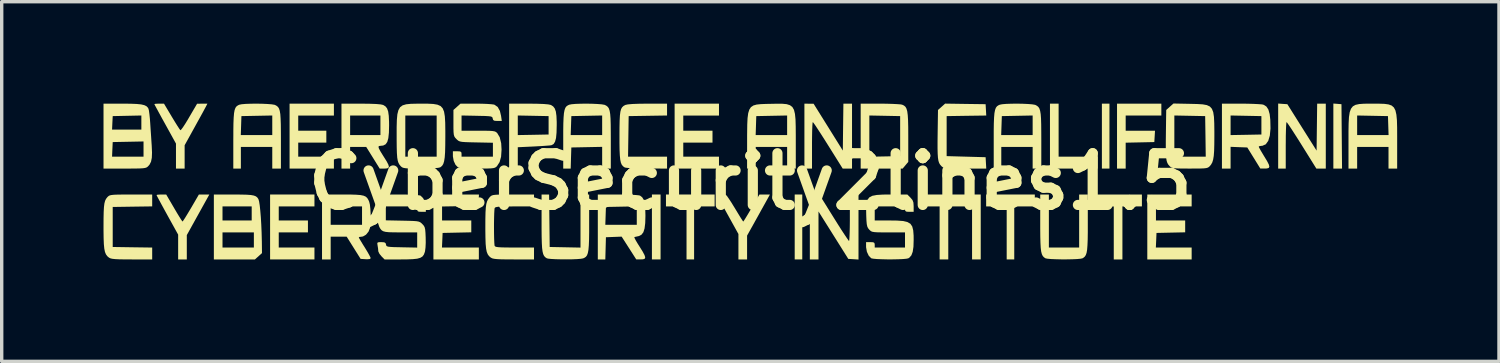
<source format=kicad_pcb>
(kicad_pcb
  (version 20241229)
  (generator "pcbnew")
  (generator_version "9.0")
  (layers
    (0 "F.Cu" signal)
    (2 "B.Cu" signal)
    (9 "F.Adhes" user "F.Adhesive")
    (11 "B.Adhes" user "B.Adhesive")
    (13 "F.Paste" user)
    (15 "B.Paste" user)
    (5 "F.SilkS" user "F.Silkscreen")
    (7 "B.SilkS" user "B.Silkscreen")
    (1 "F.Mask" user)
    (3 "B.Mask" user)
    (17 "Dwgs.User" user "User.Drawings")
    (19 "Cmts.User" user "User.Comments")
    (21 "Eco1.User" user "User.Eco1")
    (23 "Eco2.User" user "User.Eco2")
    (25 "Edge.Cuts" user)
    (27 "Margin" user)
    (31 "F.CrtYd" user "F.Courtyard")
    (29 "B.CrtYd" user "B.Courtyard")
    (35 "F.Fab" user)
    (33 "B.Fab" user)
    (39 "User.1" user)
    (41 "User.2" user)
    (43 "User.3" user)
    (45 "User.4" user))
  (footprint "CyberSecurity2lines1.5"
    (layer "F.Cu")
    (at 19.058 2.299)
    (property "Reference" "CyberSecurity2lines1.5" (at 0 0 0) (layer "F.SilkS") (effects (font (size 1.524 1.524) (thickness 0.3))))
    (attr board_only exclude_from_pos_files exclude_from_bom)
    (fp_poly (pts (xy -2.645 2.295) (xy -2.9 2.295) (xy -2.9 0.382) (xy -2.645 0.382)) (stroke (width 0) (type solid)) (fill yes) (layer "F.SilkS"))
    (fp_poly (pts (xy 1.53 2.295) (xy 1.307 2.295) (xy 1.307 0.382) (xy 1.53 0.382)) (stroke (width 0) (type solid)) (fill yes) (layer "F.SilkS"))
    (fp_poly (pts (xy 6.788 2.295) (xy 6.533 2.295) (xy 6.533 0.382) (xy 6.788 0.382)) (stroke (width 0) (type solid)) (fill yes) (layer "F.SilkS"))
    (fp_poly (pts (xy 10.581 -0.382) (xy 10.358 -0.382) (xy 10.358 -2.295) (xy 10.581 -2.295)) (stroke (width 0) (type solid)) (fill yes) (layer "F.SilkS"))
    (fp_poly (pts (xy 17.297 -2.289) (xy 17.417 -2.279) (xy 17.434 -0.382) (xy 17.178 -0.382) (xy 17.178 -2.298)) (stroke (width 0) (type solid)) (fill yes) (layer "F.SilkS"))
    (fp_poly (pts (xy 9.083 -0.733) (xy 10.23 -0.733) (xy 10.23 -0.382) (xy 8.828 -0.382) (xy 8.828 -2.295) (xy 9.083 -2.295)) (stroke (width 0) (type solid)) (fill yes) (layer "F.SilkS"))
    (fp_poly (pts (xy -1.052 0.733) (xy -1.657 0.733) (xy -1.657 2.295) (xy -1.88 2.295) (xy -1.88 0.733) (xy -2.486 0.733) (xy -2.486 0.382) (xy -1.052 0.382)) (stroke (width 0) (type solid)) (fill yes) (layer "F.SilkS"))
    (fp_poly (pts (xy 6.406 0.733) (xy 5.832 0.733) (xy 5.832 2.295) (xy 5.577 2.295) (xy 5.577 0.733) (xy 4.972 0.733) (xy 4.972 0.382) (xy 6.406 0.382)) (stroke (width 0) (type solid)) (fill yes) (layer "F.SilkS"))
    (fp_poly (pts (xy 8.382 0.733) (xy 7.776 0.733) (xy 7.776 2.295) (xy 7.553 2.295) (xy 7.553 0.733) (xy 6.948 0.733) (xy 6.948 0.382) (xy 8.382 0.382)) (stroke (width 0) (type solid)) (fill yes) (layer "F.SilkS"))
    (fp_poly (pts (xy 11.537 0.733) (xy 10.963 0.733) (xy 10.963 2.295) (xy 10.708 2.295) (xy 10.708 0.735) (xy 10.413 0.726) (xy 10.119 0.717) (xy 10.099 0.382) (xy 11.537 0.382)) (stroke (width 0) (type solid)) (fill yes) (layer "F.SilkS"))
    (fp_poly (pts (xy 12.11 -1.944) (xy 11.059 -1.944) (xy 11.059 -1.498) (xy 11.923 -1.498) (xy 11.903 -1.163) (xy 11.481 -1.154) (xy 11.059 -1.145) (xy 11.059 -0.382) (xy 10.804 -0.382) (xy 10.804 -2.295) (xy 12.11 -2.295)) (stroke (width 0) (type solid)) (fill yes) (layer "F.SilkS"))
    (fp_poly (pts (xy -12.843 0.733) (xy -13.895 0.733) (xy -13.895 1.147) (xy -13.035 1.147) (xy -13.035 1.498) (xy -13.895 1.498) (xy -13.895 1.944) (xy -12.843 1.944) (xy -12.843 2.295) (xy -14.15 2.295) (xy -14.15 0.382) (xy -12.843 0.382)) (stroke (width 0) (type solid)) (fill yes) (layer "F.SilkS"))
    (fp_poly (pts (xy -12.27 -1.944) (xy -13.321 -1.944) (xy -13.321 -1.498) (xy -12.493 -1.498) (xy -12.493 -1.147) (xy -13.321 -1.147) (xy -13.321 -0.733) (xy -12.27 -0.733) (xy -12.27 -0.382) (xy -13.576 -0.382) (xy -13.576 -2.295) (xy -12.27 -2.295)) (stroke (width 0) (type solid)) (fill yes) (layer "F.SilkS"))
    (fp_poly (pts (xy -0.924 -1.944) (xy -1.976 -1.944) (xy -1.976 -1.498) (xy -1.115 -1.498) (xy -1.115 -1.147) (xy -1.976 -1.147) (xy -1.976 -0.733) (xy -0.924 -0.733) (xy -0.924 -0.382) (xy -2.231 -0.382) (xy -2.231 -2.295) (xy -0.924 -2.295)) (stroke (width 0) (type solid)) (fill yes) (layer "F.SilkS"))
    (fp_poly (pts (xy 13.003 0.733) (xy 11.951 0.733) (xy 11.951 1.147) (xy 12.812 1.147) (xy 12.812 1.496) (xy 12.389 1.505) (xy 11.967 1.514) (xy 11.958 1.729) (xy 11.948 1.944) (xy 13.003 1.944) (xy 13.003 2.295) (xy 11.696 2.295) (xy 11.696 0.382) (xy 13.003 0.382)) (stroke (width 0) (type solid)) (fill yes) (layer "F.SilkS"))
    (fp_poly (pts (xy -8.015 0.717) (xy -8.549 0.726) (xy -9.083 0.735) (xy -9.083 1.147) (xy -8.222 1.147) (xy -8.222 1.496) (xy -8.645 1.505) (xy -9.067 1.514) (xy -9.076 1.729) (xy -9.086 1.944) (xy -7.999 1.944) (xy -7.999 2.295) (xy -9.338 2.295) (xy -9.338 0.382) (xy -7.996 0.382)) (stroke (width 0) (type solid)) (fill yes) (layer "F.SilkS"))
    (fp_poly (pts (xy 2.458 1.066) (xy 2.575 1.253) (xy 2.681 1.42) (xy 2.773 1.56) (xy 2.845 1.667) (xy 2.891 1.733) (xy 2.908 1.752) (xy 2.915 1.722) (xy 2.921 1.637) (xy 2.926 1.507) (xy 2.93 1.341) (xy 2.932 1.148) (xy 2.932 1.068) (xy 2.932 0.382) (xy 3.187 0.382) (xy 3.187 2.298) (xy 3.036 2.288) (xy 2.886 2.279) (xy 2.447 1.58) (xy 2.008 0.882) (xy 2.008 2.295) (xy 1.753 2.295) (xy 1.753 0.382) (xy 2.032 0.382)) (stroke (width 0) (type solid)) (fill yes) (layer "F.SilkS"))
    (fp_poly (pts (xy 15.687 -2.288) (xy 15.823 -2.279) (xy 16.253 -1.595) (xy 16.684 -0.911) (xy 16.701 -2.295) (xy 16.955 -2.295) (xy 16.955 -0.382) (xy 16.677 -0.382) (xy 16.25 -1.067) (xy 16.133 -1.253) (xy 16.026 -1.42) (xy 15.935 -1.561) (xy 15.863 -1.668) (xy 15.816 -1.734) (xy 15.799 -1.752) (xy 15.792 -1.722) (xy 15.786 -1.637) (xy 15.781 -1.507) (xy 15.777 -1.341) (xy 15.776 -1.148) (xy 15.775 -1.068) (xy 15.775 -0.382) (xy 15.552 -0.382) (xy 15.552 -2.298)) (stroke (width 0) (type solid)) (fill yes) (layer "F.SilkS"))
    (fp_poly (pts (xy 2.996 -0.382) (xy 2.721 -0.382) (xy 2.292 -1.067) (xy 2.175 -1.253) (xy 2.068 -1.42) (xy 1.976 -1.561) (xy 1.905 -1.668) (xy 1.857 -1.734) (xy 1.84 -1.752) (xy 1.833 -1.722) (xy 1.827 -1.637) (xy 1.822 -1.507) (xy 1.819 -1.341) (xy 1.817 -1.148) (xy 1.817 -1.068) (xy 1.817 -0.382) (xy 1.593 -0.382) (xy 1.593 -2.295) (xy 1.729 -2.293) (xy 1.864 -2.292) (xy 2.295 -1.602) (xy 2.725 -0.912) (xy 2.733 -1.603) (xy 2.742 -2.295) (xy 2.996 -2.295)) (stroke (width 0) (type solid)) (fill yes) (layer "F.SilkS"))
    (fp_poly (pts (xy -16.979 0.779) (xy -16.896 0.92) (xy -16.823 1.04) (xy -16.768 1.127) (xy -16.735 1.173) (xy -16.73 1.178) (xy -16.709 1.152) (xy -16.662 1.081) (xy -16.596 0.974) (xy -16.516 0.841) (xy -16.48 0.781) (xy -16.248 0.382) (xy -15.94 0.382) (xy -16.272 0.98) (xy -16.604 1.578) (xy -16.604 2.295) (xy -16.859 2.295) (xy -16.859 1.564) (xy -17.178 0.988) (xy -17.273 0.815) (xy -17.357 0.661) (xy -17.425 0.535) (xy -17.473 0.445) (xy -17.495 0.4) (xy -17.496 0.397) (xy -17.468 0.388) (xy -17.396 0.383) (xy -17.354 0.382) (xy -17.211 0.382)) (stroke (width 0) (type solid)) (fill yes) (layer "F.SilkS"))
    (fp_poly (pts (xy 4.012 -2.293) (xy 4.185 -2.288) (xy 4.328 -2.281) (xy 4.43 -2.273) (xy 4.474 -2.264) (xy 4.527 -2.239) (xy 4.569 -2.203) (xy 4.6 -2.149) (xy 4.623 -2.07) (xy 4.638 -1.958) (xy 4.647 -1.806) (xy 4.652 -1.606) (xy 4.653 -1.351) (xy 4.653 -1.311) (xy 4.653 -0.579) (xy 4.57 -0.48) (xy 4.488 -0.382) (xy 3.251 -0.382) (xy 3.251 -1.946) (xy 3.506 -1.946) (xy 3.506 -0.731) (xy 3.96 -0.74) (xy 4.414 -0.749) (xy 4.414 -1.928) (xy 3.96 -1.937) (xy 3.506 -1.946) (xy 3.251 -1.946) (xy 3.251 -2.295) (xy 3.822 -2.295)) (stroke (width 0) (type solid)) (fill yes) (layer "F.SilkS"))
    (fp_poly (pts (xy 6.335 -2.287) (xy 6.932 -2.279) (xy 6.951 -1.945) (xy 6.368 -1.937) (xy 5.784 -1.928) (xy 5.784 -0.749) (xy 6.358 -0.733) (xy 6.932 -0.717) (xy 6.951 -0.382) (xy 6.326 -0.382) (xy 6.112 -0.383) (xy 5.952 -0.384) (xy 5.837 -0.388) (xy 5.758 -0.394) (xy 5.705 -0.405) (xy 5.67 -0.421) (xy 5.641 -0.443) (xy 5.626 -0.459) (xy 5.59 -0.5) (xy 5.562 -0.548) (xy 5.542 -0.611) (xy 5.528 -0.698) (xy 5.52 -0.816) (xy 5.516 -0.973) (xy 5.516 -1.179) (xy 5.519 -1.429) (xy 5.529 -2.109) (xy 5.634 -2.202) (xy 5.739 -2.296)) (stroke (width 0) (type solid)) (fill yes) (layer "F.SilkS"))
    (fp_poly (pts (xy -2.454 -1.946) (xy -3.585 -1.928) (xy -3.594 -1.331) (xy -3.603 -0.733) (xy -2.454 -0.733) (xy -2.454 -0.382) (xy -3.052 -0.383) (xy -3.258 -0.385) (xy -3.436 -0.391) (xy -3.577 -0.398) (xy -3.671 -0.408) (xy -3.705 -0.417) (xy -3.751 -0.45) (xy -3.787 -0.493) (xy -3.814 -0.555) (xy -3.833 -0.644) (xy -3.845 -0.766) (xy -3.853 -0.931) (xy -3.856 -1.146) (xy -3.856 -1.339) (xy -3.855 -1.594) (xy -3.851 -1.793) (xy -3.843 -1.945) (xy -3.829 -2.056) (xy -3.808 -2.135) (xy -3.777 -2.189) (xy -3.737 -2.227) (xy -3.684 -2.256) (xy -3.682 -2.257) (xy -3.609 -2.273) (xy -3.475 -2.285) (xy -3.281 -2.292) (xy -3.028 -2.295) (xy -2.454 -2.295)) (stroke (width 0) (type solid)) (fill yes) (layer "F.SilkS"))
    (fp_poly (pts (xy 0.458 0.598) (xy 0.396 0.709) (xy 0.313 0.858) (xy 0.221 1.025) (xy 0.128 1.191) (xy 0.122 1.203) (xy -0.096 1.593) (xy -0.096 2.295) (xy -0.351 2.295) (xy -0.351 1.92) (xy -0.351 1.546) (xy -0.669 0.972) (xy -0.987 0.398) (xy -0.872 0.388) (xy -0.785 0.385) (xy -0.724 0.392) (xy -0.72 0.393) (xy -0.69 0.424) (xy -0.636 0.501) (xy -0.563 0.611) (xy -0.48 0.746) (xy -0.451 0.793) (xy -0.367 0.932) (xy -0.296 1.048) (xy -0.242 1.133) (xy -0.212 1.176) (xy -0.209 1.179) (xy -0.189 1.153) (xy -0.144 1.082) (xy -0.079 0.975) (xy 0.000178 0.841) (xy 0.036 0.781) (xy 0.268 0.382) (xy 0.577 0.382)) (stroke (width 0) (type solid)) (fill yes) (layer "F.SilkS"))
    (fp_poly (pts (xy -17.047 -1.911) (xy -16.962 -1.771) (xy -16.888 -1.652) (xy -16.831 -1.564) (xy -16.797 -1.516) (xy -16.792 -1.512) (xy -16.768 -1.532) (xy -16.718 -1.598) (xy -16.65 -1.702) (xy -16.57 -1.833) (xy -16.534 -1.895) (xy -16.301 -2.293) (xy -16.149 -2.294) (xy -15.997 -2.295) (xy -16.042 -2.207) (xy -16.072 -2.152) (xy -16.126 -2.051) (xy -16.2 -1.916) (xy -16.288 -1.757) (xy -16.378 -1.594) (xy -16.668 -1.069) (xy -16.668 -0.382) (xy -16.923 -0.382) (xy -16.923 -1.118) (xy -17.241 -1.694) (xy -17.337 -1.867) (xy -17.421 -2.021) (xy -17.489 -2.146) (xy -17.537 -2.235) (xy -17.559 -2.279) (xy -17.56 -2.282) (xy -17.532 -2.29) (xy -17.46 -2.294) (xy -17.418 -2.295) (xy -17.276 -2.295)) (stroke (width 0) (type solid)) (fill yes) (layer "F.SilkS"))
    (fp_poly (pts (xy -15.007 0.384) (xy -14.838 0.388) (xy -14.714 0.397) (xy -14.627 0.413) (xy -14.567 0.437) (xy -14.526 0.471) (xy -14.495 0.517) (xy -14.494 0.519) (xy -14.475 0.581) (xy -14.456 0.698) (xy -14.439 0.858) (xy -14.423 1.051) (xy -14.41 1.268) (xy -14.4 1.499) (xy -14.394 1.733) (xy -14.393 1.763) (xy -14.389 2.109) (xy -14.597 2.295) (xy -15.807 2.295) (xy -15.807 1.944) (xy -15.552 1.944) (xy -14.628 1.944) (xy -14.628 1.498) (xy -15.552 1.498) (xy -15.552 1.944) (xy -15.807 1.944) (xy -15.807 1.147) (xy -15.552 1.147) (xy -14.692 1.147) (xy -14.692 0.733) (xy -15.552 0.733) (xy -15.552 1.147) (xy -15.807 1.147) (xy -15.807 0.382) (xy -15.232 0.382)) (stroke (width 0) (type solid)) (fill yes) (layer "F.SilkS"))
    (fp_poly (pts (xy -6.282 -2.292) (xy -6.087 -2.285) (xy -5.952 -2.273) (xy -5.879 -2.257) (xy -5.879 -2.257) (xy -5.811 -2.215) (xy -5.763 -2.154) (xy -5.731 -2.064) (xy -5.713 -1.935) (xy -5.705 -1.758) (xy -5.705 -1.657) (xy -5.71 -1.443) (xy -5.725 -1.284) (xy -5.754 -1.174) (xy -5.797 -1.105) (xy -5.856 -1.072) (xy -5.906 -1.064) (xy -6.008 -1.056) (xy -6.147 -1.046) (xy -6.311 -1.037) (xy -6.382 -1.033) (xy -6.852 -1.011) (xy -6.852 -0.382) (xy -7.107 -0.382) (xy -7.107 -1.946) (xy -6.852 -1.946) (xy -6.852 -1.369) (xy -6.398 -1.377) (xy -5.944 -1.386) (xy -5.944 -1.928) (xy -6.398 -1.937) (xy -6.852 -1.946) (xy -7.107 -1.946) (xy -7.107 -2.295) (xy -6.535 -2.295)) (stroke (width 0) (type solid)) (fill yes) (layer "F.SilkS"))
    (fp_poly (pts (xy -5.912 1.928) (xy -5.458 1.937) (xy -5.004 1.946) (xy -5.004 0.382) (xy -4.749 0.382) (xy -4.749 1.213) (xy -4.749 1.491) (xy -4.752 1.712) (xy -4.759 1.884) (xy -4.77 2.013) (xy -4.788 2.107) (xy -4.812 2.173) (xy -4.845 2.217) (xy -4.887 2.246) (xy -4.927 2.264) (xy -4.992 2.276) (xy -5.103 2.285) (xy -5.247 2.291) (xy -5.409 2.293) (xy -5.576 2.292) (xy -5.733 2.288) (xy -5.866 2.281) (xy -5.96 2.271) (xy -5.999 2.26) (xy -6.043 2.23) (xy -6.077 2.192) (xy -6.103 2.138) (xy -6.122 2.061) (xy -6.136 1.953) (xy -6.144 1.808) (xy -6.149 1.617) (xy -6.151 1.375) (xy -6.151 1.213) (xy -6.151 0.382) (xy -5.929 0.382)) (stroke (width 0) (type solid)) (fill yes) (layer "F.SilkS"))
    (fp_poly (pts (xy 8.796 1.944) (xy 9.688 1.944) (xy 9.688 0.382) (xy 9.943 0.382) (xy 9.943 1.213) (xy 9.943 1.488) (xy 9.94 1.708) (xy 9.933 1.878) (xy 9.923 2.006) (xy 9.907 2.1) (xy 9.884 2.166) (xy 9.854 2.212) (xy 9.815 2.245) (xy 9.786 2.262) (xy 9.73 2.274) (xy 9.625 2.284) (xy 9.485 2.29) (xy 9.324 2.293) (xy 9.156 2.293) (xy 8.995 2.289) (xy 8.854 2.283) (xy 8.749 2.273) (xy 8.693 2.261) (xy 8.692 2.26) (xy 8.649 2.23) (xy 8.615 2.192) (xy 8.589 2.138) (xy 8.569 2.061) (xy 8.556 1.953) (xy 8.548 1.808) (xy 8.543 1.617) (xy 8.541 1.375) (xy 8.541 1.213) (xy 8.541 0.382) (xy 8.796 0.382)) (stroke (width 0) (type solid)) (fill yes) (layer "F.SilkS"))
    (fp_poly (pts (xy 0.943 -2.292) (xy 1.071 -2.28) (xy 1.168 -2.249) (xy 1.238 -2.196) (xy 1.286 -2.112) (xy 1.315 -1.992) (xy 1.331 -1.83) (xy 1.337 -1.62) (xy 1.339 -1.355) (xy 1.339 -1.198) (xy 1.339 -0.382) (xy 1.084 -0.382) (xy 1.084 -1.02) (xy 0.159 -1.02) (xy 0.159 -0.382) (xy -0.096 -0.382) (xy -0.095 -1.139) (xy -0.095 -1.37) (xy 0.157 -1.37) (xy 1.084 -1.37) (xy 1.084 -1.946) (xy 0.629 -1.937) (xy 0.175 -1.928) (xy 0.157 -1.37) (xy -0.095 -1.37) (xy -0.094 -1.438) (xy -0.091 -1.679) (xy -0.082 -1.869) (xy -0.063 -2.014) (xy -0.03 -2.12) (xy 0.019 -2.194) (xy 0.09 -2.241) (xy 0.185 -2.268) (xy 0.309 -2.281) (xy 0.464 -2.287) (xy 0.578 -2.289) (xy 0.781 -2.293)) (stroke (width 0) (type solid)) (fill yes) (layer "F.SilkS"))
    (fp_poly (pts (xy 18.341 -2.295) (xy 18.531 -2.294) (xy 18.684 -2.289) (xy 18.805 -2.272) (xy 18.896 -2.239) (xy 18.962 -2.181) (xy 19.007 -2.094) (xy 19.035 -1.971) (xy 19.051 -1.806) (xy 19.057 -1.592) (xy 19.058 -1.323) (xy 19.058 -1.18) (xy 19.058 -0.382) (xy 18.803 -0.382) (xy 18.803 -1.02) (xy 17.879 -1.02) (xy 17.879 -0.382) (xy 17.624 -0.382) (xy 17.624 -1.18) (xy 17.624 -1.476) (xy 17.628 -1.714) (xy 17.638 -1.901) (xy 17.645 -1.946) (xy 17.879 -1.946) (xy 17.879 -1.37) (xy 18.805 -1.37) (xy 18.796 -1.649) (xy 18.787 -1.928) (xy 18.333 -1.937) (xy 17.879 -1.946) (xy 17.645 -1.946) (xy 17.66 -2.043) (xy 17.697 -2.145) (xy 17.753 -2.216) (xy 17.832 -2.26) (xy 17.939 -2.283) (xy 18.076 -2.293) (xy 18.249 -2.295)) (stroke (width 0) (type solid)) (fill yes) (layer "F.SilkS"))
    (fp_poly (pts (xy -17.624 0.732) (xy -18.205 0.74) (xy -18.787 0.749) (xy -18.787 1.928) (xy -18.205 1.937) (xy -17.624 1.945) (xy -17.624 2.295) (xy -18.222 2.295) (xy -18.439 2.294) (xy -18.602 2.291) (xy -18.719 2.285) (xy -18.801 2.276) (xy -18.855 2.263) (xy -18.892 2.244) (xy -18.895 2.243) (xy -18.946 2.2) (xy -18.985 2.147) (xy -19.015 2.076) (xy -19.035 1.978) (xy -19.048 1.845) (xy -19.055 1.668) (xy -19.058 1.439) (xy -19.058 1.326) (xy -19.057 1.083) (xy -19.053 0.894) (xy -19.045 0.752) (xy -19.032 0.647) (xy -19.012 0.569) (xy -18.984 0.511) (xy -18.947 0.463) (xy -18.932 0.447) (xy -18.906 0.425) (xy -18.873 0.408) (xy -18.823 0.397) (xy -18.748 0.389) (xy -18.638 0.385) (xy -18.485 0.383) (xy -18.277 0.382) (xy -18.245 0.382) (xy -17.624 0.382)) (stroke (width 0) (type solid)) (fill yes) (layer "F.SilkS"))
    (fp_poly (pts (xy -14.381 -2.292) (xy -14.226 -2.285) (xy -14.101 -2.275) (xy -14.019 -2.261) (xy -14.006 -2.257) (xy -13.956 -2.23) (xy -13.917 -2.197) (xy -13.887 -2.151) (xy -13.865 -2.082) (xy -13.849 -1.986) (xy -13.84 -1.853) (xy -13.834 -1.678) (xy -13.832 -1.452) (xy -13.831 -1.213) (xy -13.831 -0.382) (xy -14.086 -0.382) (xy -14.086 -1.02) (xy -15.011 -1.02) (xy -15.011 -0.382) (xy -15.234 -0.382) (xy -15.234 -1.213) (xy -15.233 -1.37) (xy -15.013 -1.37) (xy -14.086 -1.37) (xy -14.086 -1.946) (xy -14.54 -1.937) (xy -14.995 -1.928) (xy -15.013 -1.37) (xy -15.233 -1.37) (xy -15.233 -1.491) (xy -15.23 -1.712) (xy -15.223 -1.884) (xy -15.212 -2.013) (xy -15.195 -2.107) (xy -15.17 -2.173) (xy -15.137 -2.217) (xy -15.095 -2.246) (xy -15.055 -2.264) (xy -14.984 -2.278) (xy -14.866 -2.288) (xy -14.716 -2.293) (xy -14.549 -2.295)) (stroke (width 0) (type solid)) (fill yes) (layer "F.SilkS"))
    (fp_poly (pts (xy 8.024 -2.292) (xy 8.178 -2.285) (xy 8.304 -2.275) (xy 8.385 -2.261) (xy 8.399 -2.257) (xy 8.448 -2.23) (xy 8.487 -2.197) (xy 8.517 -2.151) (xy 8.539 -2.082) (xy 8.555 -1.986) (xy 8.565 -1.853) (xy 8.57 -1.678) (xy 8.572 -1.452) (xy 8.573 -1.213) (xy 8.573 -0.382) (xy 8.318 -0.382) (xy 8.318 -1.02) (xy 7.394 -1.02) (xy 7.394 -0.382) (xy 7.171 -0.382) (xy 7.171 -1.213) (xy 7.171 -1.37) (xy 7.391 -1.37) (xy 8.318 -1.37) (xy 8.318 -1.946) (xy 7.864 -1.937) (xy 7.41 -1.928) (xy 7.391 -1.37) (xy 7.171 -1.37) (xy 7.171 -1.491) (xy 7.174 -1.712) (xy 7.181 -1.884) (xy 7.192 -2.013) (xy 7.21 -2.107) (xy 7.234 -2.173) (xy 7.267 -2.217) (xy 7.309 -2.246) (xy 7.35 -2.264) (xy 7.421 -2.278) (xy 7.539 -2.288) (xy 7.689 -2.293) (xy 7.855 -2.295)) (stroke (width 0) (type solid)) (fill yes) (layer "F.SilkS"))
    (fp_poly (pts (xy -11.222 -2.292) (xy -11.027 -2.285) (xy -10.892 -2.273) (xy -10.819 -2.257) (xy -10.819 -2.257) (xy -10.751 -2.215) (xy -10.703 -2.154) (xy -10.671 -2.064) (xy -10.653 -1.935) (xy -10.645 -1.758) (xy -10.644 -1.657) (xy -10.649 -1.441) (xy -10.666 -1.28) (xy -10.697 -1.168) (xy -10.746 -1.098) (xy -10.817 -1.061) (xy -10.902 -1.052) (xy -10.942 -1.046) (xy -10.957 -1.022) (xy -10.943 -0.972) (xy -10.898 -0.888) (xy -10.82 -0.761) (xy -10.804 -0.736) (xy -10.715 -0.594) (xy -10.664 -0.495) (xy -10.649 -0.433) (xy -10.671 -0.398) (xy -10.728 -0.384) (xy -10.783 -0.382) (xy -10.921 -0.382) (xy -11.119 -0.701) (xy -11.318 -1.02) (xy -11.792 -1.02) (xy -11.792 -0.382) (xy -12.047 -0.382) (xy -12.047 -1.37) (xy -11.792 -1.37) (xy -10.899 -1.37) (xy -10.899 -1.944) (xy -11.792 -1.944) (xy -11.792 -1.37) (xy -12.047 -1.37) (xy -12.047 -2.295) (xy -11.475 -2.295)) (stroke (width 0) (type solid)) (fill yes) (layer "F.SilkS"))
    (fp_poly (pts (xy -4.66 -2.292) (xy -4.506 -2.285) (xy -4.38 -2.275) (xy -4.299 -2.261) (xy -4.286 -2.257) (xy -4.236 -2.23) (xy -4.197 -2.197) (xy -4.167 -2.151) (xy -4.145 -2.082) (xy -4.129 -1.986) (xy -4.119 -1.853) (xy -4.114 -1.678) (xy -4.112 -1.452) (xy -4.111 -1.213) (xy -4.111 -0.382) (xy -4.366 -0.382) (xy -4.366 -1.022) (xy -4.82 -1.013) (xy -5.274 -1.004) (xy -5.284 -0.693) (xy -5.293 -0.382) (xy -5.513 -0.382) (xy -5.513 -1.213) (xy -5.513 -1.37) (xy -5.293 -1.37) (xy -4.366 -1.37) (xy -4.366 -1.946) (xy -4.82 -1.937) (xy -5.274 -1.928) (xy -5.293 -1.37) (xy -5.513 -1.37) (xy -5.513 -1.491) (xy -5.51 -1.712) (xy -5.503 -1.884) (xy -5.492 -2.013) (xy -5.474 -2.107) (xy -5.45 -2.173) (xy -5.417 -2.217) (xy -5.375 -2.246) (xy -5.335 -2.264) (xy -5.263 -2.278) (xy -5.145 -2.288) (xy -4.995 -2.293) (xy -4.829 -2.295)) (stroke (width 0) (type solid)) (fill yes) (layer "F.SilkS"))
    (fp_poly (pts (xy 14.657 -2.293) (xy 14.829 -2.288) (xy 14.972 -2.281) (xy 15.074 -2.273) (xy 15.118 -2.264) (xy 15.204 -2.211) (xy 15.263 -2.122) (xy 15.301 -1.988) (xy 15.32 -1.822) (xy 15.326 -1.562) (xy 15.306 -1.353) (xy 15.259 -1.198) (xy 15.186 -1.097) (xy 15.088 -1.054) (xy 15.06 -1.052) (xy 14.999 -1.043) (xy 14.979 -1.027) (xy 14.995 -0.991) (xy 15.037 -0.915) (xy 15.099 -0.811) (xy 15.137 -0.748) (xy 15.225 -0.603) (xy 15.277 -0.501) (xy 15.292 -0.436) (xy 15.273 -0.4) (xy 15.218 -0.385) (xy 15.162 -0.383) (xy 15.026 -0.383) (xy 14.834 -0.694) (xy 14.642 -1.004) (xy 14.396 -1.013) (xy 14.15 -1.023) (xy 14.15 -0.382) (xy 13.895 -0.382) (xy 13.895 -1.946) (xy 14.15 -1.946) (xy 14.15 -1.369) (xy 14.604 -1.377) (xy 15.058 -1.386) (xy 15.058 -1.928) (xy 14.604 -1.937) (xy 14.15 -1.946) (xy 13.895 -1.946) (xy 13.895 -2.295) (xy 14.467 -2.295)) (stroke (width 0) (type solid)) (fill yes) (layer "F.SilkS"))
    (fp_poly (pts (xy -11.792 0.383) (xy -11.616 0.388) (xy -11.487 0.398) (xy -11.394 0.417) (xy -11.33 0.446) (xy -11.286 0.488) (xy -11.252 0.545) (xy -11.231 0.593) (xy -11.21 0.677) (xy -11.195 0.806) (xy -11.187 0.959) (xy -11.186 1.118) (xy -11.193 1.263) (xy -11.206 1.366) (xy -11.25 1.476) (xy -11.324 1.566) (xy -11.413 1.618) (xy -11.456 1.625) (xy -11.516 1.632) (xy -11.537 1.645) (xy -11.521 1.679) (xy -11.477 1.753) (xy -11.414 1.857) (xy -11.361 1.941) (xy -11.288 2.061) (xy -11.23 2.163) (xy -11.194 2.234) (xy -11.186 2.258) (xy -11.211 2.283) (xy -11.29 2.29) (xy -11.334 2.288) (xy -11.483 2.279) (xy -11.688 1.952) (xy -11.893 1.625) (xy -12.365 1.625) (xy -12.365 2.295) (xy -12.62 2.295) (xy -12.62 1.275) (xy -12.365 1.275) (xy -11.441 1.275) (xy -11.441 0.733) (xy -12.365 0.733) (xy -12.365 1.275) (xy -12.62 1.275) (xy -12.62 0.382) (xy -12.022 0.382)) (stroke (width 0) (type solid)) (fill yes) (layer "F.SilkS"))
    (fp_poly (pts (xy -3.694 0.384) (xy -3.515 0.389) (xy -3.374 0.397) (xy -3.281 0.407) (xy -3.249 0.415) (xy -3.186 0.464) (xy -3.141 0.538) (xy -3.112 0.646) (xy -3.096 0.799) (xy -3.091 1.005) (xy -3.091 1.01) (xy -3.097 1.224) (xy -3.117 1.383) (xy -3.152 1.494) (xy -3.207 1.566) (xy -3.283 1.606) (xy -3.305 1.611) (xy -3.378 1.627) (xy -3.418 1.636) (xy -3.412 1.663) (xy -3.377 1.732) (xy -3.319 1.83) (xy -3.267 1.912) (xy -3.174 2.061) (xy -3.118 2.166) (xy -3.097 2.234) (xy -3.111 2.274) (xy -3.16 2.291) (xy -3.227 2.294) (xy -3.362 2.294) (xy -3.577 1.958) (xy -3.792 1.623) (xy -4.023 1.632) (xy -4.255 1.641) (xy -4.264 1.968) (xy -4.273 2.295) (xy -4.494 2.295) (xy -4.494 1.275) (xy -4.273 1.275) (xy -3.346 1.275) (xy -3.346 0.731) (xy -3.8 0.74) (xy -4.255 0.749) (xy -4.264 1.012) (xy -4.273 1.275) (xy -4.494 1.275) (xy -4.494 0.382) (xy -3.902 0.382)) (stroke (width 0) (type solid)) (fill yes) (layer "F.SilkS"))
    (fp_poly (pts (xy -18.263 -2.293) (xy -18.084 -2.286) (xy -17.951 -2.273) (xy -17.857 -2.251) (xy -17.793 -2.22) (xy -17.751 -2.177) (xy -17.733 -2.144) (xy -17.72 -2.091) (xy -17.706 -1.989) (xy -17.692 -1.854) (xy -17.682 -1.721) (xy -17.67 -1.534) (xy -17.656 -1.332) (xy -17.644 -1.146) (xy -17.638 -1.058) (xy -17.629 -0.853) (xy -17.635 -0.699) (xy -17.658 -0.585) (xy -17.701 -0.5) (xy -17.736 -0.459) (xy -17.764 -0.432) (xy -17.794 -0.413) (xy -17.837 -0.4) (xy -17.9 -0.391) (xy -17.994 -0.386) (xy -18.128 -0.383) (xy -18.312 -0.382) (xy -18.435 -0.382) (xy -19.058 -0.382) (xy -19.058 -0.733) (xy -18.806 -0.733) (xy -17.879 -0.733) (xy -17.879 -1.181) (xy -18.333 -1.172) (xy -18.787 -1.163) (xy -18.797 -0.948) (xy -18.806 -0.733) (xy -19.058 -0.733) (xy -19.058 -1.53) (xy -18.806 -1.53) (xy -17.943 -1.53) (xy -17.943 -1.946) (xy -18.365 -1.937) (xy -18.787 -1.928) (xy -18.797 -1.729) (xy -18.806 -1.53) (xy -19.058 -1.53) (xy -19.058 -2.295) (xy -18.499 -2.295)) (stroke (width 0) (type solid)) (fill yes) (layer "F.SilkS"))
    (fp_poly (pts (xy 12.971 -2.289) (xy 13.172 -2.284) (xy 13.33 -2.274) (xy 13.451 -2.252) (xy 13.539 -2.211) (xy 13.6 -2.143) (xy 13.639 -2.043) (xy 13.66 -1.904) (xy 13.669 -1.718) (xy 13.672 -1.478) (xy 13.672 -1.338) (xy 13.67 -1.092) (xy 13.665 -0.901) (xy 13.654 -0.755) (xy 13.636 -0.646) (xy 13.611 -0.564) (xy 13.575 -0.5) (xy 13.54 -0.457) (xy 13.511 -0.429) (xy 13.479 -0.41) (xy 13.432 -0.396) (xy 13.361 -0.388) (xy 13.255 -0.384) (xy 13.103 -0.383) (xy 12.948 -0.382) (xy 12.754 -0.383) (xy 12.614 -0.385) (xy 12.516 -0.39) (xy 12.451 -0.399) (xy 12.407 -0.414) (xy 12.375 -0.435) (xy 12.35 -0.459) (xy 12.314 -0.5) (xy 12.287 -0.548) (xy 12.266 -0.611) (xy 12.252 -0.698) (xy 12.244 -0.816) (xy 12.241 -0.973) (xy 12.241 -1.179) (xy 12.244 -1.429) (xy 12.251 -1.946) (xy 12.493 -1.946) (xy 12.493 -0.733) (xy 13.418 -0.733) (xy 13.41 -1.331) (xy 13.401 -1.928) (xy 12.947 -1.937) (xy 12.493 -1.946) (xy 12.251 -1.946) (xy 12.254 -2.109) (xy 12.36 -2.204) (xy 12.467 -2.299)) (stroke (width 0) (type solid)) (fill yes) (layer "F.SilkS"))
    (fp_poly (pts (xy -9.502 -2.294) (xy -9.342 -2.286) (xy -9.219 -2.265) (xy -9.128 -2.225) (xy -9.065 -2.158) (xy -9.024 -2.058) (xy -9.001 -1.918) (xy -8.99 -1.731) (xy -8.987 -1.492) (xy -8.987 -1.323) (xy -8.989 -1.065) (xy -8.994 -0.863) (xy -9.005 -0.709) (xy -9.023 -0.597) (xy -9.048 -0.517) (xy -9.083 -0.462) (xy -9.129 -0.424) (xy -9.142 -0.417) (xy -9.199 -0.404) (xy -9.311 -0.393) (xy -9.468 -0.386) (xy -9.661 -0.383) (xy -9.718 -0.382) (xy -9.911 -0.383) (xy -10.051 -0.385) (xy -10.148 -0.391) (xy -10.212 -0.401) (xy -10.255 -0.416) (xy -10.285 -0.438) (xy -10.295 -0.447) (xy -10.336 -0.494) (xy -10.367 -0.548) (xy -10.389 -0.617) (xy -10.405 -0.712) (xy -10.406 -0.733) (xy -10.166 -0.733) (xy -9.242 -0.733) (xy -9.242 -1.944) (xy -10.166 -1.944) (xy -10.166 -0.733) (xy -10.406 -0.733) (xy -10.414 -0.841) (xy -10.419 -1.012) (xy -10.421 -1.235) (xy -10.421 -1.326) (xy -10.421 -1.599) (xy -10.415 -1.816) (xy -10.4 -1.982) (xy -10.369 -2.104) (xy -10.32 -2.19) (xy -10.245 -2.245) (xy -10.141 -2.276) (xy -10.003 -2.29) (xy -9.825 -2.294) (xy -9.704 -2.295)) (stroke (width 0) (type solid)) (fill yes) (layer "F.SilkS"))
    (fp_poly (pts (xy -6.374 0.733) (xy -6.944 0.733) (xy -7.151 0.734) (xy -7.303 0.736) (xy -7.408 0.741) (xy -7.476 0.75) (xy -7.514 0.762) (xy -7.532 0.779) (xy -7.534 0.783) (xy -7.54 0.831) (xy -7.546 0.931) (xy -7.55 1.07) (xy -7.553 1.236) (xy -7.553 1.339) (xy -7.552 1.515) (xy -7.549 1.671) (xy -7.544 1.794) (xy -7.538 1.873) (xy -7.534 1.894) (xy -7.519 1.912) (xy -7.486 1.925) (xy -7.425 1.934) (xy -7.327 1.94) (xy -7.186 1.943) (xy -6.99 1.944) (xy -6.944 1.944) (xy -6.374 1.944) (xy -6.374 2.295) (xy -6.972 2.295) (xy -7.189 2.294) (xy -7.352 2.291) (xy -7.469 2.285) (xy -7.551 2.276) (xy -7.605 2.263) (xy -7.642 2.244) (xy -7.645 2.243) (xy -7.697 2.199) (xy -7.736 2.146) (xy -7.766 2.073) (xy -7.786 1.973) (xy -7.799 1.837) (xy -7.805 1.657) (xy -7.808 1.424) (xy -7.808 1.342) (xy -7.807 1.099) (xy -7.803 0.911) (xy -7.794 0.768) (xy -7.779 0.662) (xy -7.756 0.582) (xy -7.725 0.52) (xy -7.684 0.466) (xy -7.673 0.454) (xy -7.647 0.429) (xy -7.617 0.411) (xy -7.574 0.398) (xy -7.507 0.39) (xy -7.408 0.385) (xy -7.267 0.383) (xy -7.076 0.382) (xy -6.99 0.382) (xy -6.374 0.382)) (stroke (width 0) (type solid)) (fill yes) (layer "F.SilkS"))
    (fp_poly (pts (xy 4.719 0.476) (xy 4.778 0.546) (xy 4.805 0.62) (xy 4.812 0.727) (xy 4.812 0.731) (xy 4.812 0.892) (xy 4.685 0.892) (xy 4.603 0.888) (xy 4.566 0.867) (xy 4.557 0.82) (xy 4.557 0.813) (xy 4.557 0.733) (xy 3.665 0.733) (xy 3.665 1.147) (xy 4.09 1.147) (xy 4.323 1.15) (xy 4.5 1.163) (xy 4.628 1.193) (xy 4.716 1.244) (xy 4.77 1.324) (xy 4.799 1.438) (xy 4.811 1.592) (xy 4.812 1.721) (xy 4.806 1.922) (xy 4.784 2.07) (xy 4.745 2.174) (xy 4.686 2.242) (xy 4.655 2.262) (xy 4.599 2.274) (xy 4.494 2.284) (xy 4.354 2.29) (xy 4.193 2.293) (xy 4.025 2.293) (xy 3.864 2.289) (xy 3.723 2.283) (xy 3.618 2.273) (xy 3.562 2.261) (xy 3.561 2.26) (xy 3.488 2.185) (xy 3.434 2.07) (xy 3.41 1.934) (xy 3.41 1.914) (xy 3.41 1.785) (xy 3.538 1.785) (xy 3.62 1.789) (xy 3.656 1.81) (xy 3.665 1.857) (xy 3.665 1.864) (xy 3.665 1.944) (xy 4.557 1.944) (xy 4.557 1.498) (xy 4.069 1.498) (xy 3.883 1.498) (xy 3.749 1.496) (xy 3.658 1.49) (xy 3.597 1.48) (xy 3.557 1.464) (xy 3.526 1.439) (xy 3.503 1.416) (xy 3.468 1.373) (xy 3.445 1.323) (xy 3.43 1.253) (xy 3.421 1.148) (xy 3.415 0.999) (xy 3.411 0.801) (xy 3.42 0.651) (xy 3.449 0.542) (xy 3.505 0.467) (xy 3.595 0.42) (xy 3.728 0.395) (xy 3.91 0.384) (xy 4.121 0.382) (xy 4.626 0.382)) (stroke (width 0) (type solid)) (fill yes) (layer "F.SilkS"))
    (fp_poly (pts (xy -7.909 -2.293) (xy -7.755 -2.287) (xy -7.632 -2.278) (xy -7.554 -2.268) (xy -7.541 -2.264) (xy -7.444 -2.197) (xy -7.379 -2.08) (xy -7.345 -1.936) (xy -7.323 -1.785) (xy -7.452 -1.785) (xy -7.536 -1.79) (xy -7.577 -1.813) (xy -7.591 -1.856) (xy -7.597 -1.885) (xy -7.614 -1.904) (xy -7.65 -1.918) (xy -7.717 -1.926) (xy -7.823 -1.932) (xy -7.98 -1.935) (xy -8.055 -1.937) (xy -8.509 -1.946) (xy -8.509 -1.498) (xy -8.016 -1.498) (xy -7.828 -1.497) (xy -7.693 -1.495) (xy -7.6 -1.489) (xy -7.539 -1.479) (xy -7.5 -1.463) (xy -7.47 -1.44) (xy -7.458 -1.428) (xy -7.384 -1.305) (xy -7.341 -1.129) (xy -7.33 -0.94) (xy -7.344 -0.732) (xy -7.387 -0.574) (xy -7.462 -0.458) (xy -7.462 -0.457) (xy -7.491 -0.429) (xy -7.524 -0.409) (xy -7.571 -0.396) (xy -7.642 -0.388) (xy -7.749 -0.384) (xy -7.902 -0.383) (xy -8.045 -0.383) (xy -8.228 -0.386) (xy -8.389 -0.391) (xy -8.514 -0.4) (xy -8.594 -0.411) (xy -8.613 -0.417) (xy -8.686 -0.492) (xy -8.74 -0.607) (xy -8.764 -0.743) (xy -8.764 -0.763) (xy -8.764 -0.892) (xy -8.637 -0.892) (xy -8.555 -0.888) (xy -8.518 -0.867) (xy -8.509 -0.82) (xy -8.509 -0.813) (xy -8.509 -0.733) (xy -7.585 -0.733) (xy -7.585 -1.143) (xy -8.078 -1.153) (xy -8.266 -1.157) (xy -8.4 -1.162) (xy -8.493 -1.169) (xy -8.555 -1.181) (xy -8.598 -1.199) (xy -8.632 -1.225) (xy -8.66 -1.252) (xy -8.697 -1.291) (xy -8.722 -1.33) (xy -8.737 -1.382) (xy -8.745 -1.46) (xy -8.748 -1.577) (xy -8.748 -1.724) (xy -8.748 -2.109) (xy -8.54 -2.295) (xy -8.08 -2.295)) (stroke (width 0) (type solid)) (fill yes) (layer "F.SilkS"))
    (fp_poly (pts (xy -10.104 0.384) (xy -9.942 0.39) (xy -9.816 0.399) (xy -9.737 0.409) (xy -9.718 0.415) (xy -9.642 0.488) (xy -9.586 0.603) (xy -9.561 0.74) (xy -9.561 0.763) (xy -9.561 0.892) (xy -9.688 0.892) (xy -9.77 0.888) (xy -9.807 0.867) (xy -9.816 0.82) (xy -9.816 0.813) (xy -9.816 0.733) (xy -10.74 0.733) (xy -10.74 1.143) (xy -10.247 1.153) (xy -10.059 1.157) (xy -9.925 1.162) (xy -9.832 1.169) (xy -9.77 1.181) (xy -9.727 1.199) (xy -9.693 1.225) (xy -9.665 1.252) (xy -9.624 1.297) (xy -9.597 1.345) (xy -9.581 1.411) (xy -9.572 1.51) (xy -9.566 1.648) (xy -9.564 1.804) (xy -9.571 1.946) (xy -9.585 2.053) (xy -9.591 2.077) (xy -9.619 2.152) (xy -9.66 2.208) (xy -9.723 2.247) (xy -9.815 2.273) (xy -9.947 2.287) (xy -10.127 2.294) (xy -10.295 2.295) (xy -10.777 2.295) (xy -10.87 2.201) (xy -10.929 2.128) (xy -10.961 2.06) (xy -10.963 2.046) (xy -10.969 1.97) (xy -10.983 1.884) (xy -10.992 1.821) (xy -10.976 1.792) (xy -10.918 1.785) (xy -10.874 1.785) (xy -10.789 1.79) (xy -10.748 1.813) (xy -10.734 1.856) (xy -10.728 1.885) (xy -10.711 1.904) (xy -10.675 1.918) (xy -10.608 1.926) (xy -10.502 1.932) (xy -10.345 1.935) (xy -10.27 1.937) (xy -9.816 1.946) (xy -9.816 1.498) (xy -10.308 1.498) (xy -10.505 1.497) (xy -10.65 1.493) (xy -10.751 1.482) (xy -10.82 1.463) (xy -10.868 1.432) (xy -10.903 1.388) (xy -10.931 1.339) (xy -10.972 1.219) (xy -10.991 1.063) (xy -10.99 0.892) (xy -10.97 0.725) (xy -10.933 0.58) (xy -10.879 0.478) (xy -10.878 0.478) (xy -10.798 0.382) (xy -10.289 0.382)) (stroke (width 0) (type solid)) (fill yes) (layer "F.SilkS")))
  (gr_rect
    (start -3 -3)
    (end 41.116 7.597)
    (stroke (width 0.1) (type default))
    (fill no)
    (layer "Edge.Cuts")))
</source>
